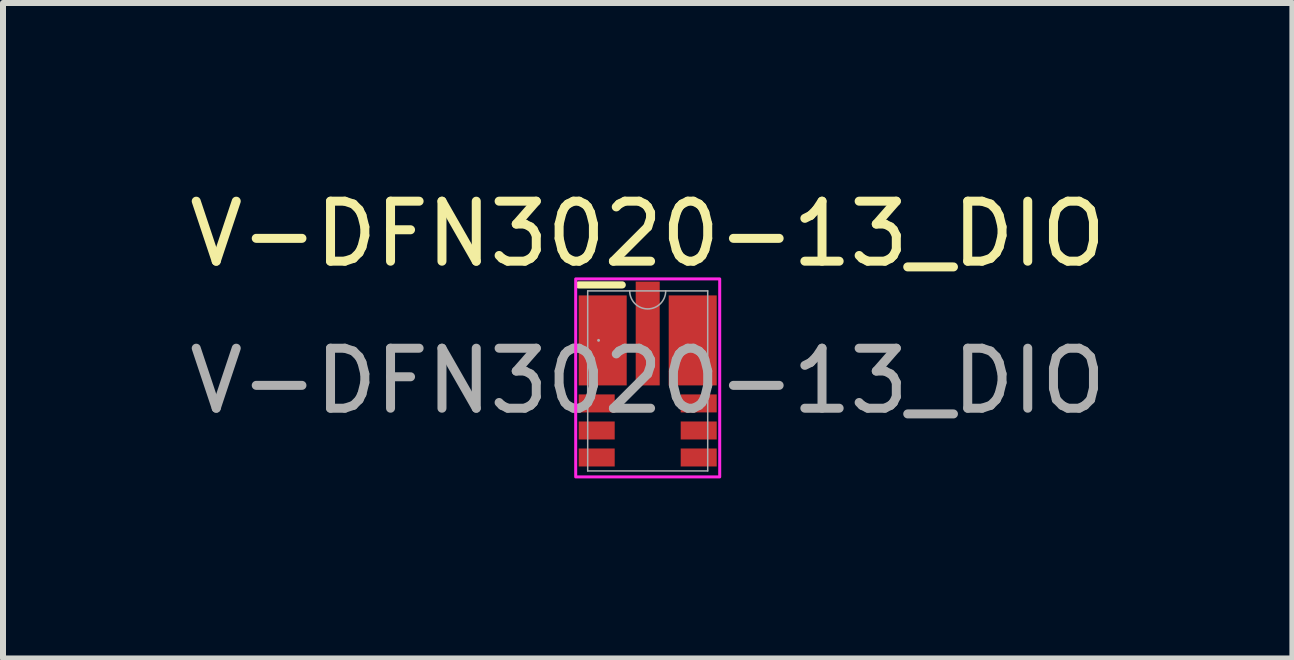
<source format=kicad_pcb>
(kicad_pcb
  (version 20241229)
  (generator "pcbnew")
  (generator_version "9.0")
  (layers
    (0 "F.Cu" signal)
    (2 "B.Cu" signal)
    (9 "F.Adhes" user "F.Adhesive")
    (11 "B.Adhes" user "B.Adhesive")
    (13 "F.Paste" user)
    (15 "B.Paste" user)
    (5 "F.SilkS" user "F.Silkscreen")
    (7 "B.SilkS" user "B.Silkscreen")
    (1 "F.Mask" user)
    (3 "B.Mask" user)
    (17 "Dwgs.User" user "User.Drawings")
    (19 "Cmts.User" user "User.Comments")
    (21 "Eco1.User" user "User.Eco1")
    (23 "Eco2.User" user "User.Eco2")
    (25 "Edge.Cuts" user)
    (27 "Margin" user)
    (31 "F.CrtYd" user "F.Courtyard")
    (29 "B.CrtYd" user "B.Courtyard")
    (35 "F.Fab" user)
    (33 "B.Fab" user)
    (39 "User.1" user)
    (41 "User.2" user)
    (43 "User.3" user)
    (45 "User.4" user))
  (footprint "V-DFN3020-13_DIO"
    (layer "F.Cu")
    (at 7.744 3.298)
    (property "Reference" "V-DFN3020-13_DIO" (at 0 -2.45 0) (unlocked yes) (layer "F.SilkS") (effects (font (size 1 1) (thickness 0.15))))
    (attr smd)
    (fp_line (start -0.425 -1.6) (end -1.15 -1.6) (stroke (width 0.12) (type default)) (layer "F.SilkS"))
    (fp_rect (start -1.2 -1.7) (end 1.2 1.6) (stroke (width 0.05) (type default)) (fill no) (layer "F.CrtYd"))
    (fp_line (start -1 -1.5) (end -1 1.5) (stroke (width 0.025) (type solid)) (layer "F.Fab"))
    (fp_line (start -1 1.5) (end 1 1.5) (stroke (width 0.025) (type solid)) (layer "F.Fab"))
    (fp_line (start 1 -1.5) (end -1 -1.5) (stroke (width 0.025) (type solid)) (layer "F.Fab"))
    (fp_line (start 1 1.5) (end 1 -1.5) (stroke (width 0.025) (type solid)) (layer "F.Fab"))
    (fp_arc (start 0.3 -1.5) (mid 0 -1.2) (end -0.3 -1.5) (stroke (width 0.0254) (type solid)) (layer "F.Fab"))
    (fp_circle (center -0.819 -0.676) (end -0.819 -0.676) (stroke (width 0.025) (type solid)) (fill no) (layer "F.Fab"))
    (fp_text user "${REFERENCE}" (at 0 0 0) (unlocked yes) (layer "F.Fab") (effects (font (size 1 1) (thickness 0.15))))
    (pad "1" smd rect (at -0.75 -0.675) (size 0.8 1.5) (layers "F.Cu" "F.Mask" "F.Paste"))
    (pad "2" smd rect (at -0.85 0.375) (size 0.6 0.3) (layers "F.Cu" "F.Mask" "F.Paste"))
    (pad "3" smd rect (at -0.85 0.826) (size 0.6 0.3) (layers "F.Cu" "F.Mask" "F.Paste"))
    (pad "4" smd rect (at -0.85 1.276) (size 0.6 0.3) (layers "F.Cu" "F.Mask" "F.Paste"))
    (pad "5" smd rect (at 0.85 1.276) (size 0.6 0.3) (layers "F.Cu" "F.Mask" "F.Paste"))
    (pad "6" smd rect (at 0.85 0.826) (size 0.6 0.3) (layers "F.Cu" "F.Mask" "F.Paste"))
    (pad "7" smd rect (at 0.85 0.375) (size 0.6 0.3) (layers "F.Cu" "F.Mask" "F.Paste"))
    (pad "8" smd rect (at 0.75 -0.675) (size 0.8 1.5) (layers "F.Cu" "F.Mask" "F.Paste"))
    (pad "9" smd rect (at 0 -0.79) (size 0.4 1.73) (layers "F.Cu" "F.Mask" "F.Paste")))
  (gr_rect
    (start -3 -3)
    (end 18.488 7.923)
    (stroke (width 0.1) (type default))
    (fill no)
    (layer "Edge.Cuts")))
</source>
